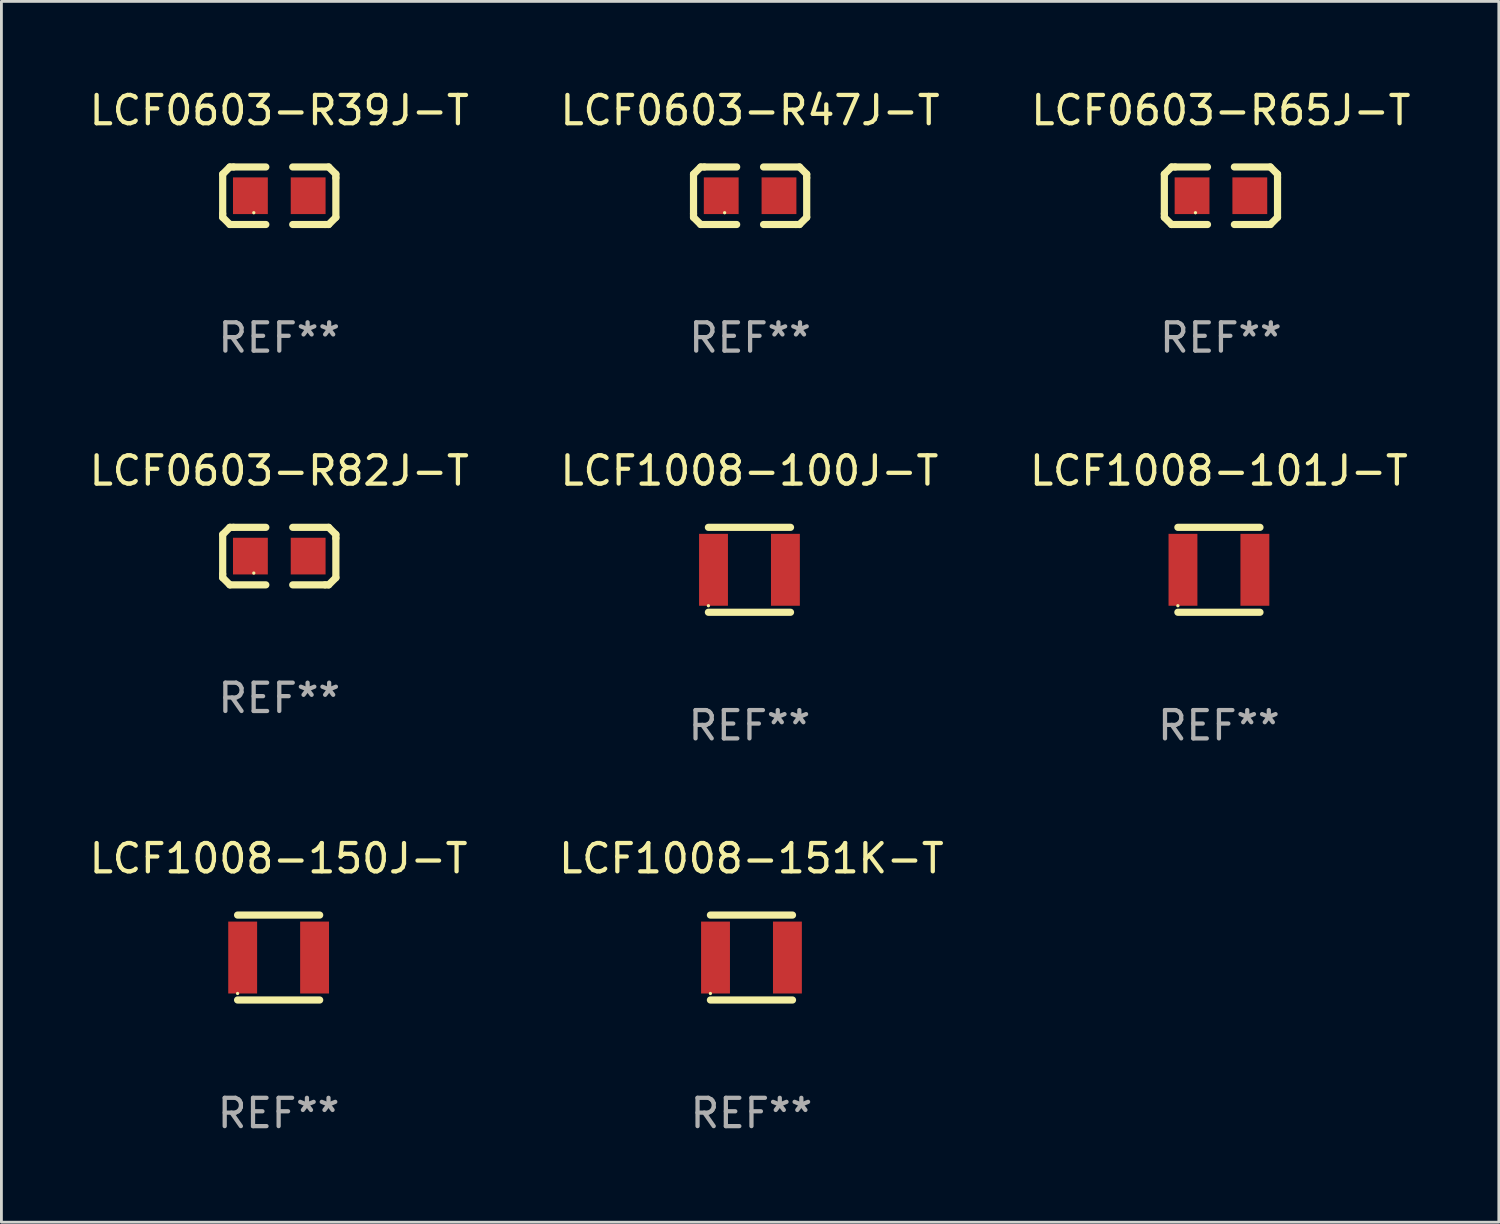
<source format=kicad_pcb>
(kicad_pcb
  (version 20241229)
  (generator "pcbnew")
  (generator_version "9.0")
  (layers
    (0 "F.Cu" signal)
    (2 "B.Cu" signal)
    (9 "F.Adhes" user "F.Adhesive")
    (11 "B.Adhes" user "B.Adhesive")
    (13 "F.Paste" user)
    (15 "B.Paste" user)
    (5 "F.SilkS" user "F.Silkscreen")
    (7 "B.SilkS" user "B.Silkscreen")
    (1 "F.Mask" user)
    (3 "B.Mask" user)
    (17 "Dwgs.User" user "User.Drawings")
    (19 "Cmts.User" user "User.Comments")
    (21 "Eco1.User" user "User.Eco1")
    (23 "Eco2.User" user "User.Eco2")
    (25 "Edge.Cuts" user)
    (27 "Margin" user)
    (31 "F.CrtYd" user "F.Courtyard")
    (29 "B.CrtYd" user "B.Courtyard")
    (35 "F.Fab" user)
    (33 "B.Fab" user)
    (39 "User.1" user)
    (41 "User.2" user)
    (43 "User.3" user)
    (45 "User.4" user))
  (footprint "LCF0603-R39J-T"
    (layer "F.Cu")
    (at 6.815 3.864)
    (property "Reference" "LCF0603-R39J-T" (at 0 -3.016 0) (layer "F.SilkS") (effects (font (size 1 1) (thickness 0.15))))
    (attr through_hole)
    (fp_line (start -1.999 -0.762) (end -1.999 0.635) (stroke (width 0.254) (type solid)) (layer "F.SilkS"))
    (fp_line (start -1.999 0.635) (end -1.999 0.762) (stroke (width 0.254) (type solid)) (layer "F.SilkS"))
    (fp_line (start -1.999 0.762) (end -1.745 1.016) (stroke (width 0.254) (type solid)) (layer "F.SilkS"))
    (fp_line (start -1.745 -1.016) (end -1.999 -0.762) (stroke (width 0.254) (type solid)) (layer "F.SilkS"))
    (fp_line (start -1.745 1.016) (end -0.475 1.016) (stroke (width 0.254) (type solid)) (layer "F.SilkS"))
    (fp_line (start -1.618 -1.016) (end -1.745 -1.016) (stroke (width 0.254) (type solid)) (layer "F.SilkS"))
    (fp_line (start -0.475 -1.016) (end -1.618 -1.016) (stroke (width 0.254) (type solid)) (layer "F.SilkS"))
    (fp_line (start 0.475 1.016) (end 1.618 1.016) (stroke (width 0.254) (type solid)) (layer "F.SilkS"))
    (fp_line (start 1.618 1.016) (end 1.745 1.016) (stroke (width 0.254) (type solid)) (layer "F.SilkS"))
    (fp_line (start 1.745 -1.016) (end 0.475 -1.016) (stroke (width 0.254) (type solid)) (layer "F.SilkS"))
    (fp_line (start 1.745 1.016) (end 1.999 0.762) (stroke (width 0.254) (type solid)) (layer "F.SilkS"))
    (fp_line (start 1.999 -0.762) (end 1.745 -1.016) (stroke (width 0.254) (type solid)) (layer "F.SilkS"))
    (fp_line (start 1.999 -0.635) (end 1.999 -0.762) (stroke (width 0.254) (type solid)) (layer "F.SilkS"))
    (fp_line (start 1.999 0.762) (end 1.999 -0.635) (stroke (width 0.254) (type solid)) (layer "F.SilkS"))
    (fp_circle (center -0.9 0.6) (end -0.87 0.6) (stroke (width 0.06) (type solid)) (fill no) (layer "F.SilkS"))
    (fp_text user "REF**" (at 0 5.016 0) (layer "F.Fab") (effects (font (size 1 1) (thickness 0.15))))
    (pad "1" smd rect (at -1.02 0) (size 1.23 1.296) (layers "F.Cu" "F.Mask" "F.Paste"))
    (pad "2" smd rect (at 1.02 0) (size 1.23 1.296) (layers "F.Cu" "F.Mask" "F.Paste")))
  (footprint "LCF0603-R65J-T"
    (layer "F.Cu")
    (at 40.077 3.864)
    (property "Reference" "LCF0603-R65J-T" (at 0 -3.016 0) (layer "F.SilkS") (effects (font (size 1 1) (thickness 0.15))))
    (attr through_hole)
    (fp_line (start -1.999 -0.762) (end -1.999 0.635) (stroke (width 0.254) (type solid)) (layer "F.SilkS"))
    (fp_line (start -1.999 0.635) (end -1.999 0.762) (stroke (width 0.254) (type solid)) (layer "F.SilkS"))
    (fp_line (start -1.999 0.762) (end -1.745 1.016) (stroke (width 0.254) (type solid)) (layer "F.SilkS"))
    (fp_line (start -1.745 -1.016) (end -1.999 -0.762) (stroke (width 0.254) (type solid)) (layer "F.SilkS"))
    (fp_line (start -1.745 1.016) (end -0.475 1.016) (stroke (width 0.254) (type solid)) (layer "F.SilkS"))
    (fp_line (start -1.618 -1.016) (end -1.745 -1.016) (stroke (width 0.254) (type solid)) (layer "F.SilkS"))
    (fp_line (start -0.475 -1.016) (end -1.618 -1.016) (stroke (width 0.254) (type solid)) (layer "F.SilkS"))
    (fp_line (start 0.475 1.016) (end 1.618 1.016) (stroke (width 0.254) (type solid)) (layer "F.SilkS"))
    (fp_line (start 1.618 1.016) (end 1.745 1.016) (stroke (width 0.254) (type solid)) (layer "F.SilkS"))
    (fp_line (start 1.745 -1.016) (end 0.475 -1.016) (stroke (width 0.254) (type solid)) (layer "F.SilkS"))
    (fp_line (start 1.745 1.016) (end 1.999 0.762) (stroke (width 0.254) (type solid)) (layer "F.SilkS"))
    (fp_line (start 1.999 -0.762) (end 1.745 -1.016) (stroke (width 0.254) (type solid)) (layer "F.SilkS"))
    (fp_line (start 1.999 -0.635) (end 1.999 -0.762) (stroke (width 0.254) (type solid)) (layer "F.SilkS"))
    (fp_line (start 1.999 0.762) (end 1.999 -0.635) (stroke (width 0.254) (type solid)) (layer "F.SilkS"))
    (fp_circle (center -0.9 0.6) (end -0.87 0.6) (stroke (width 0.06) (type solid)) (fill no) (layer "F.SilkS"))
    (fp_text user "REF**" (at 0 5.016 0) (layer "F.Fab") (effects (font (size 1 1) (thickness 0.15))))
    (pad "1" smd rect (at -1.02 0) (size 1.23 1.296) (layers "F.Cu" "F.Mask" "F.Paste"))
    (pad "2" smd rect (at 1.02 0) (size 1.23 1.296) (layers "F.Cu" "F.Mask" "F.Paste")))
  (footprint "LCF1008-151K-T"
    (layer "F.Cu")
    (at 23.494 30.773)
    (property "Reference" "LCF1008-151K-T" (at 0 -3.5 0) (layer "F.SilkS") (effects (font (size 1 1) (thickness 0.15))))
    (attr through_hole)
    (fp_line (start -1.45 -1.5) (end 1.45 -1.5) (stroke (width 0.254) (type solid)) (layer "F.SilkS"))
    (fp_line (start -1.45 1.5) (end 1.45 1.5) (stroke (width 0.254) (type solid)) (layer "F.SilkS"))
    (fp_circle (center -1.45 1.27) (end -1.42 1.27) (stroke (width 0.06) (type solid)) (fill no) (layer "F.SilkS"))
    (fp_text user "REF**" (at 0 5.5 0) (layer "F.Fab") (effects (font (size 1 1) (thickness 0.15))))
    (pad "1" smd rect (at -1.27 0 90) (size 2.54 1.02) (layers "F.Cu" "F.Mask" "F.Paste"))
    (pad "2" smd rect (at 1.27 0 90) (size 2.54 1.02) (layers "F.Cu" "F.Mask" "F.Paste")))
  (footprint "LCF0603-R47J-T"
    (layer "F.Cu")
    (at 23.446 3.864)
    (property "Reference" "LCF0603-R47J-T" (at 0 -3.016 0) (layer "F.SilkS") (effects (font (size 1 1) (thickness 0.15))))
    (attr through_hole)
    (fp_line (start -1.999 -0.762) (end -1.999 0.635) (stroke (width 0.254) (type solid)) (layer "F.SilkS"))
    (fp_line (start -1.999 0.635) (end -1.999 0.762) (stroke (width 0.254) (type solid)) (layer "F.SilkS"))
    (fp_line (start -1.999 0.762) (end -1.745 1.016) (stroke (width 0.254) (type solid)) (layer "F.SilkS"))
    (fp_line (start -1.745 -1.016) (end -1.999 -0.762) (stroke (width 0.254) (type solid)) (layer "F.SilkS"))
    (fp_line (start -1.745 1.016) (end -0.475 1.016) (stroke (width 0.254) (type solid)) (layer "F.SilkS"))
    (fp_line (start -1.618 -1.016) (end -1.745 -1.016) (stroke (width 0.254) (type solid)) (layer "F.SilkS"))
    (fp_line (start -0.475 -1.016) (end -1.618 -1.016) (stroke (width 0.254) (type solid)) (layer "F.SilkS"))
    (fp_line (start 0.475 1.016) (end 1.618 1.016) (stroke (width 0.254) (type solid)) (layer "F.SilkS"))
    (fp_line (start 1.618 1.016) (end 1.745 1.016) (stroke (width 0.254) (type solid)) (layer "F.SilkS"))
    (fp_line (start 1.745 -1.016) (end 0.475 -1.016) (stroke (width 0.254) (type solid)) (layer "F.SilkS"))
    (fp_line (start 1.745 1.016) (end 1.999 0.762) (stroke (width 0.254) (type solid)) (layer "F.SilkS"))
    (fp_line (start 1.999 -0.762) (end 1.745 -1.016) (stroke (width 0.254) (type solid)) (layer "F.SilkS"))
    (fp_line (start 1.999 -0.635) (end 1.999 -0.762) (stroke (width 0.254) (type solid)) (layer "F.SilkS"))
    (fp_line (start 1.999 0.762) (end 1.999 -0.635) (stroke (width 0.254) (type solid)) (layer "F.SilkS"))
    (fp_circle (center -0.9 0.6) (end -0.87 0.6) (stroke (width 0.06) (type solid)) (fill no) (layer "F.SilkS"))
    (fp_text user "REF**" (at 0 5.016 0) (layer "F.Fab") (effects (font (size 1 1) (thickness 0.15))))
    (pad "1" smd rect (at -1.02 0) (size 1.23 1.296) (layers "F.Cu" "F.Mask" "F.Paste"))
    (pad "2" smd rect (at 1.02 0) (size 1.23 1.296) (layers "F.Cu" "F.Mask" "F.Paste")))
  (footprint "LCF0603-R82J-T"
    (layer "F.Cu")
    (at 6.815 16.593)
    (property "Reference" "LCF0603-R82J-T" (at 0 -3.016 0) (layer "F.SilkS") (effects (font (size 1 1) (thickness 0.15))))
    (attr through_hole)
    (fp_line (start -1.999 -0.762) (end -1.999 0.635) (stroke (width 0.254) (type solid)) (layer "F.SilkS"))
    (fp_line (start -1.999 0.635) (end -1.999 0.762) (stroke (width 0.254) (type solid)) (layer "F.SilkS"))
    (fp_line (start -1.999 0.762) (end -1.745 1.016) (stroke (width 0.254) (type solid)) (layer "F.SilkS"))
    (fp_line (start -1.745 -1.016) (end -1.999 -0.762) (stroke (width 0.254) (type solid)) (layer "F.SilkS"))
    (fp_line (start -1.745 1.016) (end -0.475 1.016) (stroke (width 0.254) (type solid)) (layer "F.SilkS"))
    (fp_line (start -1.618 -1.016) (end -1.745 -1.016) (stroke (width 0.254) (type solid)) (layer "F.SilkS"))
    (fp_line (start -0.475 -1.016) (end -1.618 -1.016) (stroke (width 0.254) (type solid)) (layer "F.SilkS"))
    (fp_line (start 0.475 1.016) (end 1.618 1.016) (stroke (width 0.254) (type solid)) (layer "F.SilkS"))
    (fp_line (start 1.618 1.016) (end 1.745 1.016) (stroke (width 0.254) (type solid)) (layer "F.SilkS"))
    (fp_line (start 1.745 -1.016) (end 0.475 -1.016) (stroke (width 0.254) (type solid)) (layer "F.SilkS"))
    (fp_line (start 1.745 1.016) (end 1.999 0.762) (stroke (width 0.254) (type solid)) (layer "F.SilkS"))
    (fp_line (start 1.999 -0.762) (end 1.745 -1.016) (stroke (width 0.254) (type solid)) (layer "F.SilkS"))
    (fp_line (start 1.999 -0.635) (end 1.999 -0.762) (stroke (width 0.254) (type solid)) (layer "F.SilkS"))
    (fp_line (start 1.999 0.762) (end 1.999 -0.635) (stroke (width 0.254) (type solid)) (layer "F.SilkS"))
    (fp_circle (center -0.9 0.6) (end -0.87 0.6) (stroke (width 0.06) (type solid)) (fill no) (layer "F.SilkS"))
    (fp_text user "REF**" (at 0 5.016 0) (layer "F.Fab") (effects (font (size 1 1) (thickness 0.15))))
    (pad "1" smd rect (at -1.02 0) (size 1.23 1.296) (layers "F.Cu" "F.Mask" "F.Paste"))
    (pad "2" smd rect (at 1.02 0) (size 1.23 1.296) (layers "F.Cu" "F.Mask" "F.Paste")))
  (footprint "LCF1008-101J-T"
    (layer "F.Cu")
    (at 40.006 17.077)
    (property "Reference" "LCF1008-101J-T" (at 0 -3.5 0) (layer "F.SilkS") (effects (font (size 1 1) (thickness 0.15))))
    (attr through_hole)
    (fp_line (start -1.45 -1.5) (end 1.45 -1.5) (stroke (width 0.254) (type solid)) (layer "F.SilkS"))
    (fp_line (start -1.45 1.5) (end 1.45 1.5) (stroke (width 0.254) (type solid)) (layer "F.SilkS"))
    (fp_circle (center -1.45 1.27) (end -1.42 1.27) (stroke (width 0.06) (type solid)) (fill no) (layer "F.SilkS"))
    (fp_text user "REF**" (at 0 5.5 0) (layer "F.Fab") (effects (font (size 1 1) (thickness 0.15))))
    (pad "1" smd rect (at -1.27 0 90) (size 2.54 1.02) (layers "F.Cu" "F.Mask" "F.Paste"))
    (pad "2" smd rect (at 1.27 0 90) (size 2.54 1.02) (layers "F.Cu" "F.Mask" "F.Paste")))
  (footprint "LCF1008-100J-T"
    (layer "F.Cu")
    (at 23.423 17.077)
    (property "Reference" "LCF1008-100J-T" (at 0 -3.5 0) (layer "F.SilkS") (effects (font (size 1 1) (thickness 0.15))))
    (attr through_hole)
    (fp_line (start -1.45 -1.5) (end 1.45 -1.5) (stroke (width 0.254) (type solid)) (layer "F.SilkS"))
    (fp_line (start -1.45 1.5) (end 1.45 1.5) (stroke (width 0.254) (type solid)) (layer "F.SilkS"))
    (fp_circle (center -1.45 1.27) (end -1.42 1.27) (stroke (width 0.06) (type solid)) (fill no) (layer "F.SilkS"))
    (fp_text user "REF**" (at 0 5.5 0) (layer "F.Fab") (effects (font (size 1 1) (thickness 0.15))))
    (pad "1" smd rect (at -1.27 0 90) (size 2.54 1.02) (layers "F.Cu" "F.Mask" "F.Paste"))
    (pad "2" smd rect (at 1.27 0 90) (size 2.54 1.02) (layers "F.Cu" "F.Mask" "F.Paste")))
  (footprint "LCF1008-150J-T"
    (layer "F.Cu")
    (at 6.792 30.773)
    (property "Reference" "LCF1008-150J-T" (at 0 -3.5 0) (layer "F.SilkS") (effects (font (size 1 1) (thickness 0.15))))
    (attr through_hole)
    (fp_line (start -1.45 -1.5) (end 1.45 -1.5) (stroke (width 0.254) (type solid)) (layer "F.SilkS"))
    (fp_line (start -1.45 1.5) (end 1.45 1.5) (stroke (width 0.254) (type solid)) (layer "F.SilkS"))
    (fp_circle (center -1.45 1.27) (end -1.42 1.27) (stroke (width 0.06) (type solid)) (fill no) (layer "F.SilkS"))
    (fp_text user "REF**" (at 0 5.5 0) (layer "F.Fab") (effects (font (size 1 1) (thickness 0.15))))
    (pad "1" smd rect (at -1.27 0 90) (size 2.54 1.02) (layers "F.Cu" "F.Mask" "F.Paste"))
    (pad "2" smd rect (at 1.27 0 90) (size 2.54 1.02) (layers "F.Cu" "F.Mask" "F.Paste")))
  (gr_rect
    (start -3 -3)
    (end 49.893 40.122)
    (stroke (width 0.1) (type default))
    (fill no)
    (layer "Edge.Cuts")))
</source>
